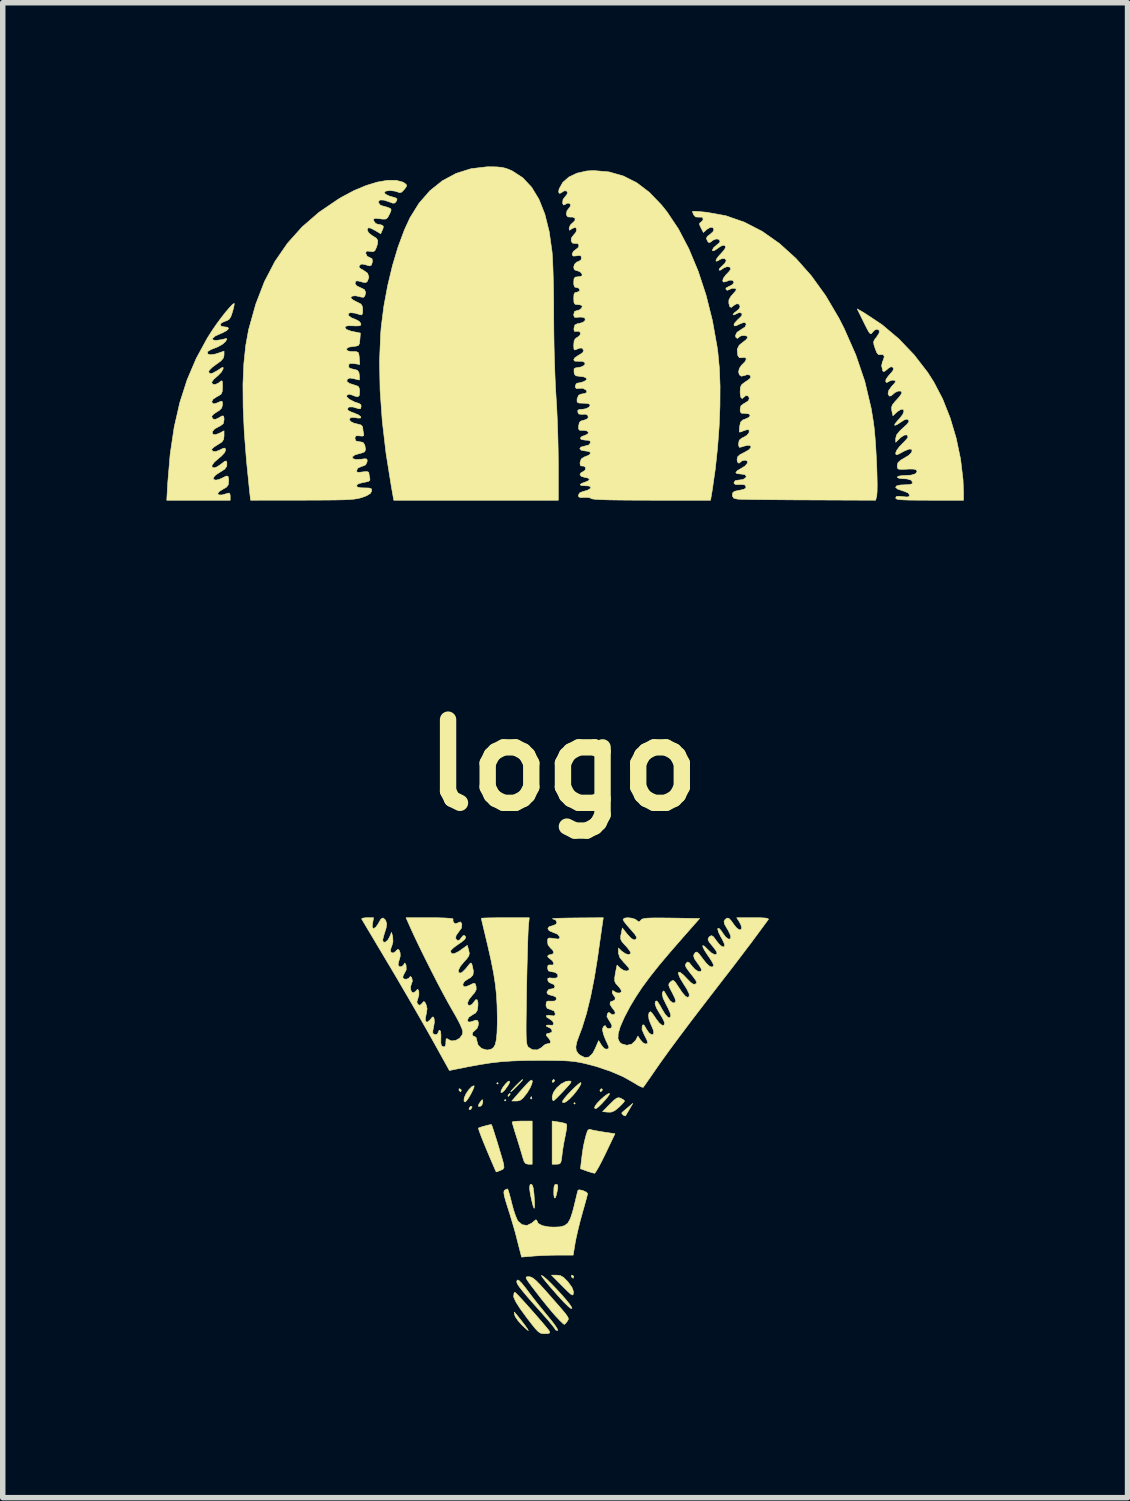
<source format=kicad_pcb>
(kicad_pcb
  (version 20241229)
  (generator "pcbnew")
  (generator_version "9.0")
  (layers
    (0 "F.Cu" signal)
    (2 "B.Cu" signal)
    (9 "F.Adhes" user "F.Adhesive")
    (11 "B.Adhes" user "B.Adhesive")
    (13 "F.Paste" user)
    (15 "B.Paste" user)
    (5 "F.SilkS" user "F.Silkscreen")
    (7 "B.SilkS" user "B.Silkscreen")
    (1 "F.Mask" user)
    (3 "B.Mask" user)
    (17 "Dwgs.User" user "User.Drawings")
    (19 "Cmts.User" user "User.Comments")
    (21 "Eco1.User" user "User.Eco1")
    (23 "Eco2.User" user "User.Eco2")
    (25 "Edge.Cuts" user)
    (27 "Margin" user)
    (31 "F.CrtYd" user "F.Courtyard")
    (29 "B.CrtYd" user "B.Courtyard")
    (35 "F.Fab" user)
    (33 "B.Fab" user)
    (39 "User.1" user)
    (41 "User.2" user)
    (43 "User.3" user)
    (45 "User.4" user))
  (footprint "logo"
    (layer "F.Cu")
    (at 7.263 10.968)
    (property "Reference" "logo" (at 0 0 0) (layer "F.SilkS") (effects (font (size 1.524 1.524) (thickness 0.3))))
    (attr through_hole)
    (fp_poly (pts (xy -1.185 5.828) (xy -1.199 5.842) (xy -1.214 5.828) (xy -1.199 5.814) (xy -1.185 5.828)) (stroke (width 0.01) (type solid)) (fill yes) (layer "F.SilkS"))
    (fp_poly (pts (xy -1.044 6.138) (xy -1.058 6.152) (xy -1.072 6.138) (xy -1.058 6.124) (xy -1.044 6.138)) (stroke (width 0.01) (type solid)) (fill yes) (layer "F.SilkS"))
    (fp_poly (pts (xy 0.226 6.195) (xy 0.212 6.209) (xy 0.198 6.195) (xy 0.212 6.181) (xy 0.226 6.195)) (stroke (width 0.01) (type solid)) (fill yes) (layer "F.SilkS"))
    (fp_poly (pts (xy -0.574 6.077) (xy -0.57 6.111) (xy -0.574 6.115) (xy -0.591 6.111) (xy -0.593 6.096) (xy -0.582 6.073) (xy -0.574 6.077)) (stroke (width 0.01) (type solid)) (fill yes) (layer "F.SilkS"))
    (fp_poly (pts (xy -1.864 5.947) (xy -1.863 5.955) (xy -1.872 5.982) (xy -1.875 5.983) (xy -1.899 5.963) (xy -1.905 5.955) (xy -1.903 5.929) (xy -1.893 5.927) (xy -1.864 5.947)) (stroke (width 0.01) (type solid)) (fill yes) (layer "F.SilkS"))
    (fp_poly (pts (xy -1.667 6.253) (xy -1.665 6.262) (xy -1.686 6.302) (xy -1.693 6.308) (xy -1.719 6.306) (xy -1.722 6.297) (xy -1.701 6.257) (xy -1.693 6.251) (xy -1.667 6.253)) (stroke (width 0.01) (type solid)) (fill yes) (layer "F.SilkS"))
    (fp_poly (pts (xy -0.968 6.03) (xy -0.974 6.04) (xy -1 6.067) (xy -1.005 6.068) (xy -1.007 6.05) (xy -1.002 6.04) (xy -0.975 6.013) (xy -0.97 6.011) (xy -0.968 6.03)) (stroke (width 0.01) (type solid)) (fill yes) (layer "F.SilkS"))
    (fp_poly (pts (xy -0.151 5.775) (xy -0.155 5.786) (xy -0.181 5.812) (xy -0.185 5.814) (xy -0.197 5.792) (xy -0.198 5.786) (xy -0.176 5.758) (xy -0.168 5.757) (xy -0.151 5.775)) (stroke (width 0.01) (type solid)) (fill yes) (layer "F.SilkS"))
    (fp_poly (pts (xy 0.196 9.362) (xy 0.198 9.37) (xy 0.188 9.397) (xy 0.185 9.398) (xy 0.161 9.378) (xy 0.155 9.37) (xy 0.157 9.344) (xy 0.168 9.342) (xy 0.196 9.362)) (stroke (width 0.01) (type solid)) (fill yes) (layer "F.SilkS"))
    (fp_poly (pts (xy 0.724 5.944) (xy 0.72 5.955) (xy 0.694 5.982) (xy 0.69 5.983) (xy 0.678 5.961) (xy 0.677 5.955) (xy 0.699 5.928) (xy 0.707 5.927) (xy 0.724 5.944)) (stroke (width 0.01) (type solid)) (fill yes) (layer "F.SilkS"))
    (fp_poly (pts (xy -1.47 6.137) (xy -1.468 6.171) (xy -1.485 6.226) (xy -1.51 6.247) (xy -1.546 6.25) (xy -1.552 6.242) (xy -1.537 6.204) (xy -1.511 6.165) (xy -1.48 6.127) (xy -1.47 6.137)) (stroke (width 0.01) (type solid)) (fill yes) (layer "F.SilkS"))
    (fp_poly (pts (xy -0.099 7.688) (xy -0.094 7.73) (xy -0.101 7.782) (xy -0.123 7.881) (xy -0.143 7.929) (xy -0.158 7.925) (xy -0.167 7.867) (xy -0.168 7.825) (xy -0.165 7.734) (xy -0.152 7.689) (xy -0.126 7.676) (xy -0.099 7.688)) (stroke (width 0.01) (type solid)) (fill yes) (layer "F.SilkS"))
    (fp_poly (pts (xy -0.974 5.805) (xy -1.002 5.86) (xy -1.065 5.949) (xy -1.068 5.952) (xy -1.109 5.991) (xy -1.136 5.994) (xy -1.137 5.993) (xy -1.131 5.957) (xy -1.099 5.9) (xy -1.053 5.84) (xy -1.009 5.797) (xy -0.985 5.786) (xy -0.974 5.805)) (stroke (width 0.01) (type solid)) (fill yes) (layer "F.SilkS"))
    (fp_poly (pts (xy -0.746 5.775) (xy -0.787 5.822) (xy -0.833 5.87) (xy -0.895 5.932) (xy -0.941 5.973) (xy -0.957 5.983) (xy -0.947 5.965) (xy -0.906 5.918) (xy -0.861 5.87) (xy -0.798 5.808) (xy -0.752 5.767) (xy -0.736 5.757) (xy -0.746 5.775)) (stroke (width 0.01) (type solid)) (fill yes) (layer "F.SilkS"))
    (fp_poly (pts (xy 1.214 6.308) (xy 1.174 6.376) (xy 1.149 6.419) (xy 1.144 6.426) (xy 1.122 6.419) (xy 1.1 6.406) (xy 1.076 6.374) (xy 1.087 6.358) (xy 1.126 6.325) (xy 1.185 6.275) (xy 1.197 6.265) (xy 1.28 6.195) (xy 1.214 6.308)) (stroke (width 0.01) (type solid)) (fill yes) (layer "F.SilkS"))
    (fp_poly (pts (xy -1.628 5.892) (xy -1.649 5.946) (xy -1.684 6.017) (xy -1.727 6.091) (xy -1.758 6.136) (xy -1.791 6.17) (xy -1.81 6.158) (xy -1.813 6.15) (xy -1.809 6.095) (xy -1.776 6.021) (xy -1.726 5.946) (xy -1.671 5.89) (xy -1.629 5.871) (xy -1.628 5.892)) (stroke (width 0.01) (type solid)) (fill yes) (layer "F.SilkS"))
    (fp_poly (pts (xy -0.562 7.692) (xy -0.545 7.744) (xy -0.532 7.84) (xy -0.528 7.895) (xy -0.52 8.025) (xy -0.52 8.099) (xy -0.528 8.118) (xy -0.544 8.082) (xy -0.56 8.025) (xy -0.597 7.862) (xy -0.612 7.75) (xy -0.604 7.689) (xy -0.585 7.676) (xy -0.562 7.692)) (stroke (width 0.01) (type solid)) (fill yes) (layer "F.SilkS"))
    (fp_poly (pts (xy 0.851 6.029) (xy 0.821 6.074) (xy 0.772 6.133) (xy 0.714 6.197) (xy 0.658 6.252) (xy 0.614 6.286) (xy 0.599 6.292) (xy 0.577 6.28) (xy 0.591 6.241) (xy 0.629 6.19) (xy 0.691 6.127) (xy 0.759 6.067) (xy 0.819 6.024) (xy 0.85 6.011) (xy 0.851 6.029)) (stroke (width 0.01) (type solid)) (fill yes) (layer "F.SilkS"))
    (fp_poly (pts (xy 1.062 6.103) (xy 1.112 6.132) (xy 1.129 6.151) (xy 1.11 6.179) (xy 1.061 6.231) (xy 1.023 6.267) (xy 0.948 6.329) (xy 0.885 6.355) (xy 0.822 6.356) (xy 0.726 6.346) (xy 0.861 6.209) (xy 0.935 6.137) (xy 0.984 6.1) (xy 1.023 6.091) (xy 1.062 6.103)) (stroke (width 0.01) (type solid)) (fill yes) (layer "F.SilkS"))
    (fp_poly (pts (xy -0.112 9.342) (xy -0.047 9.351) (xy 0.011 9.384) (xy 0.078 9.451) (xy 0.094 9.469) (xy 0.164 9.565) (xy 0.192 9.64) (xy 0.192 9.667) (xy 0.186 9.697) (xy 0.171 9.706) (xy 0.14 9.688) (xy 0.086 9.639) (xy 0.002 9.555) (xy -0.013 9.54) (xy -0.21 9.342) (xy -0.112 9.342)) (stroke (width 0.01) (type solid)) (fill yes) (layer "F.SilkS"))
    (fp_poly (pts (xy -0.872 10.039) (xy -0.827 10.094) (xy -0.766 10.171) (xy -0.752 10.188) (xy -0.692 10.268) (xy -0.65 10.328) (xy -0.634 10.357) (xy -0.635 10.358) (xy -0.661 10.339) (xy -0.713 10.292) (xy -0.758 10.249) (xy -0.822 10.176) (xy -0.869 10.109) (xy -0.882 10.08) (xy -0.892 10.032) (xy -0.891 10.019) (xy -0.872 10.039)) (stroke (width 0.01) (type solid)) (fill yes) (layer "F.SilkS"))
    (fp_poly (pts (xy -0.56 5.79) (xy -0.571 5.841) (xy -0.602 5.912) (xy -0.65 5.992) (xy -0.666 6.015) (xy -0.731 6.096) (xy -0.783 6.138) (xy -0.837 6.152) (xy -0.852 6.152) (xy -0.937 6.152) (xy -0.794 5.987) (xy -0.719 5.903) (xy -0.654 5.832) (xy -0.611 5.789) (xy -0.607 5.786) (xy -0.572 5.768) (xy -0.56 5.79)) (stroke (width 0.01) (type solid)) (fill yes) (layer "F.SilkS"))
    (fp_poly (pts (xy -0.564 7.31) (xy -0.634 7.31) (xy -0.681 7.3) (xy -0.711 7.262) (xy -0.735 7.19) (xy -0.759 7.108) (xy -0.793 6.993) (xy -0.833 6.864) (xy -0.849 6.813) (xy -0.885 6.7) (xy -0.912 6.608) (xy -0.929 6.551) (xy -0.931 6.538) (xy -0.906 6.528) (xy -0.838 6.522) (xy -0.748 6.519) (xy -0.564 6.519) (xy -0.564 7.31)) (stroke (width 0.01) (type solid)) (fill yes) (layer "F.SilkS"))
    (fp_poly (pts (xy -0.078 6.537) (xy 0.001 6.552) (xy 0.055 6.569) (xy 0.064 6.574) (xy 0.07 6.61) (xy 0.062 6.684) (xy 0.045 6.775) (xy 0.018 6.908) (xy -0.006 7.052) (xy -0.016 7.133) (xy -0.028 7.229) (xy -0.042 7.282) (xy -0.066 7.304) (xy -0.106 7.309) (xy -0.117 7.31) (xy -0.198 7.31) (xy -0.198 6.519) (xy -0.078 6.537)) (stroke (width 0.01) (type solid)) (fill yes) (layer "F.SilkS"))
    (fp_poly (pts (xy 0.135 5.787) (xy 0.15 5.797) (xy 0.138 5.824) (xy 0.095 5.875) (xy 0.018 5.959) (xy 0.012 5.966) (xy -0.066 6.047) (xy -0.129 6.11) (xy -0.169 6.145) (xy -0.176 6.149) (xy -0.192 6.127) (xy -0.198 6.074) (xy -0.174 5.995) (xy -0.114 5.911) (xy -0.033 5.839) (xy 0.053 5.794) (xy 0.098 5.786) (xy 0.135 5.787)) (stroke (width 0.01) (type solid)) (fill yes) (layer "F.SilkS"))
    (fp_poly (pts (xy 0.331 5.833) (xy 0.305 5.885) (xy 0.255 5.96) (xy 0.186 6.046) (xy 0.185 6.047) (xy 0.117 6.117) (xy 0.055 6.166) (xy 0.02 6.181) (xy -0.008 6.176) (xy -0.006 6.152) (xy 0.031 6.099) (xy 0.039 6.089) (xy 0.089 6.031) (xy 0.155 5.962) (xy 0.224 5.895) (xy 0.284 5.842) (xy 0.322 5.815) (xy 0.326 5.814) (xy 0.331 5.833)) (stroke (width 0.01) (type solid)) (fill yes) (layer "F.SilkS"))
    (fp_poly (pts (xy -0.352 9.371) (xy -0.285 9.429) (xy -0.203 9.51) (xy -0.112 9.605) (xy -0.021 9.704) (xy 0.06 9.797) (xy 0.123 9.876) (xy 0.159 9.932) (xy 0.165 9.95) (xy 0.146 9.953) (xy 0.097 9.915) (xy 0.016 9.836) (xy -0.097 9.713) (xy -0.138 9.666) (xy -0.235 9.555) (xy -0.314 9.461) (xy -0.369 9.391) (xy -0.394 9.352) (xy -0.392 9.346) (xy -0.352 9.371)) (stroke (width 0.01) (type solid)) (fill yes) (layer "F.SilkS"))
    (fp_poly (pts (xy 0.5 6.673) (xy 0.549 6.686) (xy 0.636 6.702) (xy 0.743 6.72) (xy 0.749 6.721) (xy 0.953 6.751) (xy 0.78 7.114) (xy 0.716 7.244) (xy 0.659 7.353) (xy 0.613 7.432) (xy 0.584 7.473) (xy 0.579 7.476) (xy 0.536 7.466) (xy 0.464 7.444) (xy 0.436 7.434) (xy 0.321 7.393) (xy 0.343 7.203) (xy 0.359 7.079) (xy 0.375 6.982) (xy 0.396 6.884) (xy 0.427 6.764) (xy 0.452 6.693) (xy 0.481 6.67) (xy 0.5 6.673)) (stroke (width 0.01) (type solid)) (fill yes) (layer "F.SilkS"))
    (fp_poly (pts (xy -0.858 9.675) (xy -0.804 9.73) (xy -0.729 9.811) (xy -0.641 9.909) (xy -0.546 10.016) (xy -0.453 10.123) (xy -0.368 10.221) (xy -0.3 10.302) (xy -0.256 10.358) (xy -0.246 10.374) (xy -0.242 10.4) (xy -0.278 10.412) (xy -0.332 10.414) (xy -0.378 10.412) (xy -0.416 10.402) (xy -0.455 10.375) (xy -0.502 10.326) (xy -0.566 10.247) (xy -0.655 10.132) (xy -0.672 10.109) (xy -0.787 9.951) (xy -0.862 9.833) (xy -0.899 9.753) (xy -0.903 9.728) (xy -0.896 9.673) (xy -0.882 9.654) (xy -0.858 9.675)) (stroke (width 0.01) (type solid)) (fill yes) (layer "F.SilkS"))
    (fp_poly (pts (xy -0.808 9.438) (xy -0.757 9.488) (xy -0.68 9.584) (xy -0.645 9.631) (xy -0.561 9.741) (xy -0.457 9.874) (xy -0.346 10.01) (xy -0.275 10.097) (xy -0.189 10.203) (xy -0.128 10.287) (xy -0.097 10.34) (xy -0.099 10.358) (xy -0.136 10.345) (xy -0.141 10.334) (xy -0.159 10.306) (xy -0.208 10.244) (xy -0.281 10.157) (xy -0.372 10.054) (xy -0.402 10.02) (xy -0.551 9.853) (xy -0.665 9.722) (xy -0.747 9.623) (xy -0.803 9.551) (xy -0.834 9.502) (xy -0.846 9.47) (xy -0.847 9.465) (xy -0.838 9.431) (xy -0.808 9.438)) (stroke (width 0.01) (type solid)) (fill yes) (layer "F.SilkS"))
    (fp_poly (pts (xy -1.298 6.613) (xy -1.274 6.685) (xy -1.242 6.786) (xy -1.205 6.903) (xy -1.168 7.026) (xy -1.134 7.14) (xy -1.106 7.234) (xy -1.09 7.295) (xy -1.088 7.302) (xy -1.08 7.368) (xy -1.1 7.402) (xy -1.143 7.422) (xy -1.198 7.443) (xy -1.223 7.451) (xy -1.235 7.426) (xy -1.265 7.358) (xy -1.309 7.256) (xy -1.363 7.129) (xy -1.394 7.055) (xy -1.451 6.917) (xy -1.498 6.799) (xy -1.531 6.709) (xy -1.548 6.657) (xy -1.549 6.648) (xy -1.518 6.635) (xy -1.456 6.616) (xy -1.386 6.597) (xy -1.33 6.585) (xy -1.31 6.584) (xy -1.298 6.613)) (stroke (width 0.01) (type solid)) (fill yes) (layer "F.SilkS"))
    (fp_poly (pts (xy -0.588 9.376) (xy -0.544 9.4) (xy -0.487 9.448) (xy -0.411 9.526) (xy -0.308 9.64) (xy -0.291 9.659) (xy -0.158 9.811) (xy -0.057 9.926) (xy 0.015 10.01) (xy 0.062 10.069) (xy 0.088 10.109) (xy 0.099 10.137) (xy 0.096 10.157) (xy 0.086 10.176) (xy 0.079 10.187) (xy 0.044 10.231) (xy 0.024 10.245) (xy -0.003 10.225) (xy -0.056 10.174) (xy -0.124 10.102) (xy -0.131 10.095) (xy -0.204 10.011) (xy -0.298 9.898) (xy -0.4 9.771) (xy -0.488 9.657) (xy -0.578 9.54) (xy -0.637 9.459) (xy -0.669 9.409) (xy -0.676 9.383) (xy -0.663 9.372) (xy -0.633 9.37) (xy -0.628 9.37) (xy -0.588 9.376)) (stroke (width 0.01) (type solid)) (fill yes) (layer "F.SilkS"))
    (fp_poly (pts (xy -1.22 -10.961) (xy -1.122 -10.952) (xy -1.043 -10.934) (xy -0.963 -10.902) (xy -0.926 -10.885) (xy -0.736 -10.761) (xy -0.574 -10.588) (xy -0.439 -10.366) (xy -0.332 -10.095) (xy -0.252 -9.775) (xy -0.2 -9.406) (xy -0.198 -9.384) (xy -0.191 -9.275) (xy -0.184 -9.12) (xy -0.178 -8.929) (xy -0.173 -8.713) (xy -0.17 -8.483) (xy -0.169 -8.247) (xy -0.169 -8.199) (xy -0.167 -7.946) (xy -0.163 -7.679) (xy -0.156 -7.413) (xy -0.147 -7.161) (xy -0.138 -6.938) (xy -0.127 -6.759) (xy -0.114 -6.552) (xy -0.103 -6.307) (xy -0.094 -6.046) (xy -0.088 -5.786) (xy -0.085 -5.548) (xy -0.085 -5.524) (xy -0.085 -4.854) (xy -3.099 -4.854) (xy -3.143 -5.101) (xy -3.241 -5.713) (xy -3.31 -6.305) (xy -3.35 -6.869) (xy -3.36 -7.401) (xy -3.34 -7.893) (xy -3.329 -8.031) (xy -3.281 -8.408) (xy -3.211 -8.785) (xy -3.123 -9.152) (xy -3.02 -9.496) (xy -2.905 -9.805) (xy -2.803 -10.027) (xy -2.636 -10.296) (xy -2.437 -10.524) (xy -2.209 -10.707) (xy -1.956 -10.842) (xy -1.683 -10.928) (xy -1.393 -10.962) (xy -1.355 -10.963) (xy -1.22 -10.961)) (stroke (width 0.01) (type solid)) (fill yes) (layer "F.SilkS"))
    (fp_poly (pts (xy -1.003 7.787) (xy -0.982 7.855) (xy -0.955 7.955) (xy -0.939 8.021) (xy -0.906 8.144) (xy -0.87 8.253) (xy -0.836 8.332) (xy -0.824 8.353) (xy -0.747 8.418) (xy -0.659 8.431) (xy -0.571 8.389) (xy -0.551 8.371) (xy -0.5 8.329) (xy -0.48 8.335) (xy -0.48 8.34) (xy -0.453 8.395) (xy -0.378 8.435) (xy -0.259 8.458) (xy -0.165 8.462) (xy -0.052 8.457) (xy 0.03 8.435) (xy 0.09 8.388) (xy 0.136 8.307) (xy 0.176 8.184) (xy 0.202 8.084) (xy 0.23 7.969) (xy 0.253 7.873) (xy 0.268 7.811) (xy 0.271 7.797) (xy 0.292 7.778) (xy 0.346 7.787) (xy 0.366 7.793) (xy 0.425 7.82) (xy 0.451 7.845) (xy 0.452 7.846) (xy 0.444 7.881) (xy 0.424 7.958) (xy 0.394 8.068) (xy 0.357 8.197) (xy 0.356 8.203) (xy 0.313 8.359) (xy 0.273 8.521) (xy 0.24 8.667) (xy 0.223 8.756) (xy 0.187 8.975) (xy -0.072 8.975) (xy -0.222 8.977) (xy -0.383 8.983) (xy -0.524 8.991) (xy -0.544 8.993) (xy -0.758 9.011) (xy -0.786 8.901) (xy -0.809 8.814) (xy -0.838 8.7) (xy -0.861 8.608) (xy -0.89 8.502) (xy -0.931 8.363) (xy -0.976 8.213) (xy -1.007 8.117) (xy -1.05 7.979) (xy -1.075 7.886) (xy -1.083 7.827) (xy -1.077 7.796) (xy -1.068 7.786) (xy -1.026 7.764) (xy -1.016 7.762) (xy -1.003 7.787)) (stroke (width 0.01) (type solid)) (fill yes) (layer "F.SilkS"))
    (fp_poly (pts (xy 5.525 -8.282) (xy 5.845 -8.07) (xy 6.151 -7.812) (xy 6.432 -7.518) (xy 6.68 -7.198) (xy 6.793 -7.021) (xy 6.955 -6.711) (xy 7.093 -6.363) (xy 7.204 -5.99) (xy 7.284 -5.608) (xy 7.329 -5.232) (xy 7.338 -4.994) (xy 7.338 -4.854) (xy 6.717 -4.854) (xy 6.511 -4.855) (xy 6.356 -4.856) (xy 6.243 -4.86) (xy 6.168 -4.865) (xy 6.122 -4.873) (xy 6.101 -4.884) (xy 6.096 -4.896) (xy 6.107 -4.921) (xy 6.15 -4.928) (xy 6.223 -4.92) (xy 6.302 -4.913) (xy 6.34 -4.921) (xy 6.35 -4.948) (xy 6.35 -4.949) (xy 6.323 -4.988) (xy 6.24 -5.022) (xy 6.223 -5.027) (xy 6.131 -5.058) (xy 6.094 -5.09) (xy 6.111 -5.116) (xy 6.18 -5.133) (xy 6.251 -5.136) (xy 6.347 -5.141) (xy 6.396 -5.155) (xy 6.406 -5.176) (xy 6.381 -5.221) (xy 6.303 -5.245) (xy 6.221 -5.249) (xy 6.156 -5.257) (xy 6.125 -5.274) (xy 6.124 -5.278) (xy 6.149 -5.295) (xy 6.213 -5.305) (xy 6.244 -5.306) (xy 6.378 -5.314) (xy 6.458 -5.338) (xy 6.486 -5.377) (xy 6.485 -5.387) (xy 6.47 -5.412) (xy 6.43 -5.424) (xy 6.352 -5.426) (xy 6.3 -5.423) (xy 6.204 -5.419) (xy 6.152 -5.423) (xy 6.129 -5.44) (xy 6.124 -5.474) (xy 6.124 -5.486) (xy 6.138 -5.543) (xy 6.189 -5.589) (xy 6.232 -5.614) (xy 6.332 -5.674) (xy 6.388 -5.73) (xy 6.396 -5.776) (xy 6.388 -5.788) (xy 6.344 -5.792) (xy 6.261 -5.759) (xy 6.228 -5.742) (xy 6.152 -5.701) (xy 6.112 -5.687) (xy 6.098 -5.698) (xy 6.096 -5.721) (xy 6.115 -5.769) (xy 6.165 -5.836) (xy 6.209 -5.881) (xy 6.271 -5.944) (xy 6.312 -5.993) (xy 6.322 -6.012) (xy 6.304 -6.05) (xy 6.258 -6.049) (xy 6.195 -6.01) (xy 6.178 -5.995) (xy 6.096 -5.916) (xy 6.096 -5.99) (xy 6.113 -6.052) (xy 6.17 -6.123) (xy 6.23 -6.178) (xy 6.303 -6.245) (xy 6.336 -6.289) (xy 6.335 -6.319) (xy 6.329 -6.326) (xy 6.296 -6.34) (xy 6.247 -6.323) (xy 6.19 -6.285) (xy 6.113 -6.236) (xy 6.077 -6.226) (xy 6.082 -6.251) (xy 6.13 -6.311) (xy 6.165 -6.348) (xy 6.225 -6.425) (xy 6.247 -6.485) (xy 6.236 -6.519) (xy 6.194 -6.52) (xy 6.127 -6.478) (xy 6.108 -6.461) (xy 6.045 -6.402) (xy 6.025 -6.492) (xy 6.019 -6.552) (xy 6.036 -6.602) (xy 6.086 -6.664) (xy 6.107 -6.686) (xy 6.165 -6.751) (xy 6.202 -6.805) (xy 6.209 -6.824) (xy 6.189 -6.854) (xy 6.141 -6.854) (xy 6.084 -6.828) (xy 6.054 -6.802) (xy 6.009 -6.766) (xy 5.979 -6.762) (xy 5.955 -6.805) (xy 5.97 -6.869) (xy 6.02 -6.937) (xy 6.025 -6.943) (xy 6.073 -6.994) (xy 6.096 -7.03) (xy 6.096 -7.032) (xy 6.074 -7.052) (xy 6.026 -7.053) (xy 5.976 -7.035) (xy 5.964 -7.025) (xy 5.929 -7.01) (xy 5.913 -7.027) (xy 5.918 -7.067) (xy 5.96 -7.128) (xy 5.986 -7.157) (xy 6.041 -7.221) (xy 6.057 -7.263) (xy 6.046 -7.287) (xy 6.012 -7.301) (xy 5.965 -7.275) (xy 5.942 -7.254) (xy 5.891 -7.214) (xy 5.865 -7.215) (xy 5.858 -7.228) (xy 5.838 -7.318) (xy 5.853 -7.391) (xy 5.866 -7.416) (xy 5.887 -7.482) (xy 5.868 -7.521) (xy 5.815 -7.522) (xy 5.814 -7.521) (xy 5.779 -7.522) (xy 5.749 -7.559) (xy 5.72 -7.633) (xy 5.695 -7.712) (xy 5.692 -7.762) (xy 5.715 -7.806) (xy 5.747 -7.845) (xy 5.793 -7.917) (xy 5.795 -7.966) (xy 5.753 -7.987) (xy 5.745 -7.987) (xy 5.702 -7.966) (xy 5.669 -7.929) (xy 5.65 -7.906) (xy 5.63 -7.905) (xy 5.605 -7.934) (xy 5.569 -7.999) (xy 5.514 -8.108) (xy 5.511 -8.115) (xy 5.391 -8.359) (xy 5.525 -8.282)) (stroke (width 0.01) (type solid)) (fill yes) (layer "F.SilkS"))
    (fp_poly (pts (xy -6.022 -8.459) (xy -6.024 -8.428) (xy -6.039 -8.361) (xy -6.055 -8.303) (xy -6.085 -8.215) (xy -6.118 -8.166) (xy -6.166 -8.14) (xy -6.189 -8.134) (xy -6.255 -8.104) (xy -6.279 -8.069) (xy -6.258 -8.04) (xy -6.202 -8.03) (xy -6.14 -8.022) (xy -6.127 -7.997) (xy -6.161 -7.962) (xy -6.237 -7.921) (xy -6.272 -7.907) (xy -6.372 -7.861) (xy -6.419 -7.82) (xy -6.414 -7.792) (xy -6.362 -7.781) (xy -6.263 -7.794) (xy -6.223 -7.804) (xy -6.167 -7.817) (xy -6.156 -7.807) (xy -6.182 -7.762) (xy -6.184 -7.76) (xy -6.237 -7.712) (xy -6.321 -7.665) (xy -6.365 -7.648) (xy -6.445 -7.616) (xy -6.5 -7.584) (xy -6.513 -7.569) (xy -6.505 -7.532) (xy -6.454 -7.519) (xy -6.37 -7.531) (xy -6.326 -7.545) (xy -6.209 -7.585) (xy -6.209 -7.511) (xy -6.222 -7.458) (xy -6.265 -7.407) (xy -6.35 -7.345) (xy -6.351 -7.345) (xy -6.426 -7.289) (xy -6.477 -7.238) (xy -6.491 -7.211) (xy -6.474 -7.174) (xy -6.421 -7.18) (xy -6.332 -7.228) (xy -6.317 -7.238) (xy -6.255 -7.279) (xy -6.227 -7.289) (xy -6.225 -7.269) (xy -6.23 -7.251) (xy -6.261 -7.198) (xy -6.32 -7.137) (xy -6.34 -7.121) (xy -6.399 -7.068) (xy -6.432 -7.021) (xy -6.435 -7.01) (xy -6.414 -6.977) (xy -6.365 -6.975) (xy -6.305 -7.004) (xy -6.289 -7.018) (xy -6.258 -7.042) (xy -6.242 -7.035) (xy -6.238 -6.986) (xy -6.237 -6.932) (xy -6.241 -6.85) (xy -6.259 -6.802) (xy -6.305 -6.769) (xy -6.336 -6.754) (xy -6.408 -6.707) (xy -6.435 -6.66) (xy -6.413 -6.622) (xy -6.411 -6.621) (xy -6.372 -6.623) (xy -6.313 -6.646) (xy -6.26 -6.67) (xy -6.24 -6.658) (xy -6.237 -6.607) (xy -6.251 -6.544) (xy -6.3 -6.496) (xy -6.336 -6.475) (xy -6.399 -6.433) (xy -6.433 -6.395) (xy -6.435 -6.388) (xy -6.415 -6.342) (xy -6.364 -6.336) (xy -6.307 -6.362) (xy -6.246 -6.398) (xy -6.217 -6.396) (xy -6.209 -6.352) (xy -6.209 -6.325) (xy -6.222 -6.259) (xy -6.273 -6.218) (xy -6.293 -6.209) (xy -6.379 -6.162) (xy -6.423 -6.113) (xy -6.419 -6.069) (xy -6.414 -6.064) (xy -6.37 -6.053) (xy -6.297 -6.08) (xy -6.209 -6.126) (xy -6.209 -6.031) (xy -6.217 -5.967) (xy -6.249 -5.921) (xy -6.319 -5.875) (xy -6.322 -5.874) (xy -6.389 -5.831) (xy -6.43 -5.796) (xy -6.435 -5.785) (xy -6.414 -5.748) (xy -6.358 -5.746) (xy -6.296 -5.77) (xy -6.226 -5.804) (xy -6.192 -5.809) (xy -6.182 -5.785) (xy -6.182 -5.764) (xy -6.203 -5.721) (xy -6.258 -5.662) (xy -6.309 -5.62) (xy -6.389 -5.55) (xy -6.429 -5.494) (xy -6.428 -5.458) (xy -6.389 -5.447) (xy -6.34 -5.464) (xy -6.274 -5.507) (xy -6.255 -5.522) (xy -6.198 -5.566) (xy -6.17 -5.574) (xy -6.158 -5.55) (xy -6.157 -5.548) (xy -6.158 -5.479) (xy -6.197 -5.423) (xy -6.283 -5.368) (xy -6.292 -5.363) (xy -6.363 -5.316) (xy -6.401 -5.271) (xy -6.402 -5.236) (xy -6.36 -5.222) (xy -6.357 -5.222) (xy -6.296 -5.236) (xy -6.237 -5.263) (xy -6.169 -5.297) (xy -6.136 -5.293) (xy -6.125 -5.244) (xy -6.124 -5.207) (xy -6.132 -5.136) (xy -6.166 -5.092) (xy -6.223 -5.06) (xy -6.299 -5.013) (xy -6.325 -4.975) (xy -6.306 -4.952) (xy -6.249 -4.95) (xy -6.16 -4.975) (xy -6.145 -4.981) (xy -6.109 -4.985) (xy -6.097 -4.949) (xy -6.096 -4.928) (xy -6.096 -4.854) (xy -7.258 -4.854) (xy -7.24 -5.172) (xy -7.195 -5.704) (xy -7.122 -6.193) (xy -7.019 -6.643) (xy -6.885 -7.061) (xy -6.718 -7.452) (xy -6.516 -7.823) (xy -6.42 -7.973) (xy -6.343 -8.085) (xy -6.261 -8.196) (xy -6.181 -8.298) (xy -6.11 -8.381) (xy -6.056 -8.438) (xy -6.025 -8.46) (xy -6.022 -8.459)) (stroke (width 0.01) (type solid)) (fill yes) (layer "F.SilkS"))
    (fp_poly (pts (xy 0.843 -10.869) (xy 1.104 -10.795) (xy 1.349 -10.672) (xy 1.581 -10.496) (xy 1.802 -10.267) (xy 1.904 -10.14) (xy 2.116 -9.823) (xy 2.307 -9.458) (xy 2.476 -9.053) (xy 2.621 -8.613) (xy 2.738 -8.146) (xy 2.825 -7.658) (xy 2.838 -7.562) (xy 2.865 -7.275) (xy 2.878 -6.945) (xy 2.876 -6.584) (xy 2.861 -6.203) (xy 2.832 -5.814) (xy 2.791 -5.429) (xy 2.738 -5.058) (xy 2.736 -5.045) (xy 2.704 -4.854) (xy 1.622 -4.854) (xy 1.311 -4.855) (xy 1.054 -4.857) (xy 0.85 -4.86) (xy 0.697 -4.865) (xy 0.592 -4.871) (xy 0.534 -4.879) (xy 0.52 -4.885) (xy 0.483 -4.902) (xy 0.412 -4.907) (xy 0.392 -4.906) (xy 0.319 -4.903) (xy 0.288 -4.918) (xy 0.282 -4.945) (xy 0.308 -4.99) (xy 0.36 -5.011) (xy 0.452 -5.038) (xy 0.503 -5.069) (xy 0.51 -5.098) (xy 0.471 -5.116) (xy 0.408 -5.119) (xy 0.334 -5.124) (xy 0.314 -5.141) (xy 0.35 -5.165) (xy 0.397 -5.182) (xy 0.468 -5.212) (xy 0.485 -5.241) (xy 0.449 -5.264) (xy 0.402 -5.272) (xy 0.335 -5.292) (xy 0.311 -5.326) (xy 0.334 -5.361) (xy 0.368 -5.377) (xy 0.409 -5.408) (xy 0.415 -5.45) (xy 0.388 -5.479) (xy 0.357 -5.48) (xy 0.321 -5.486) (xy 0.313 -5.527) (xy 0.315 -5.55) (xy 0.336 -5.611) (xy 0.392 -5.647) (xy 0.416 -5.655) (xy 0.487 -5.687) (xy 0.507 -5.722) (xy 0.476 -5.748) (xy 0.409 -5.757) (xy 0.335 -5.77) (xy 0.308 -5.798) (xy 0.33 -5.828) (xy 0.402 -5.847) (xy 0.402 -5.847) (xy 0.478 -5.869) (xy 0.503 -5.905) (xy 0.498 -5.939) (xy 0.458 -5.953) (xy 0.409 -5.955) (xy 0.338 -5.966) (xy 0.317 -5.993) (xy 0.348 -6.023) (xy 0.397 -6.04) (xy 0.456 -6.068) (xy 0.466 -6.102) (xy 0.43 -6.128) (xy 0.372 -6.134) (xy 0.309 -6.135) (xy 0.286 -6.158) (xy 0.288 -6.219) (xy 0.303 -6.284) (xy 0.343 -6.311) (xy 0.372 -6.316) (xy 0.433 -6.337) (xy 0.463 -6.367) (xy 0.457 -6.409) (xy 0.411 -6.431) (xy 0.341 -6.427) (xy 0.291 -6.434) (xy 0.273 -6.466) (xy 0.273 -6.503) (xy 0.308 -6.518) (xy 0.352 -6.519) (xy 0.423 -6.531) (xy 0.477 -6.559) (xy 0.498 -6.594) (xy 0.489 -6.614) (xy 0.451 -6.626) (xy 0.38 -6.632) (xy 0.36 -6.632) (xy 0.29 -6.635) (xy 0.26 -6.653) (xy 0.258 -6.696) (xy 0.259 -6.71) (xy 0.286 -6.776) (xy 0.325 -6.796) (xy 0.406 -6.812) (xy 0.439 -6.831) (xy 0.432 -6.86) (xy 0.421 -6.875) (xy 0.36 -6.907) (xy 0.305 -6.903) (xy 0.248 -6.899) (xy 0.227 -6.923) (xy 0.226 -6.943) (xy 0.243 -6.989) (xy 0.266 -6.999) (xy 0.322 -7.009) (xy 0.384 -7.028) (xy 0.432 -7.059) (xy 0.43 -7.09) (xy 0.383 -7.114) (xy 0.304 -7.124) (xy 0.239 -7.133) (xy 0.21 -7.165) (xy 0.203 -7.204) (xy 0.204 -7.261) (xy 0.235 -7.28) (xy 0.254 -7.281) (xy 0.329 -7.295) (xy 0.371 -7.312) (xy 0.407 -7.347) (xy 0.396 -7.38) (xy 0.349 -7.4) (xy 0.283 -7.4) (xy 0.217 -7.402) (xy 0.197 -7.427) (xy 0.221 -7.467) (xy 0.288 -7.511) (xy 0.296 -7.515) (xy 0.364 -7.559) (xy 0.379 -7.6) (xy 0.377 -7.605) (xy 0.348 -7.643) (xy 0.296 -7.639) (xy 0.252 -7.619) (xy 0.217 -7.606) (xy 0.201 -7.625) (xy 0.198 -7.687) (xy 0.198 -7.699) (xy 0.205 -7.777) (xy 0.234 -7.821) (xy 0.268 -7.84) (xy 0.314 -7.879) (xy 0.321 -7.922) (xy 0.294 -7.95) (xy 0.248 -7.949) (xy 0.21 -7.948) (xy 0.201 -7.984) (xy 0.203 -8.01) (xy 0.22 -8.065) (xy 0.267 -8.089) (xy 0.301 -8.094) (xy 0.367 -8.113) (xy 0.406 -8.147) (xy 0.407 -8.183) (xy 0.38 -8.203) (xy 0.32 -8.21) (xy 0.268 -8.206) (xy 0.215 -8.204) (xy 0.198 -8.238) (xy 0.198 -8.259) (xy 0.213 -8.313) (xy 0.251 -8.326) (xy 0.303 -8.341) (xy 0.343 -8.375) (xy 0.354 -8.411) (xy 0.348 -8.42) (xy 0.308 -8.435) (xy 0.263 -8.438) (xy 0.221 -8.445) (xy 0.202 -8.477) (xy 0.198 -8.548) (xy 0.198 -8.551) (xy 0.202 -8.625) (xy 0.221 -8.658) (xy 0.254 -8.664) (xy 0.3 -8.682) (xy 0.31 -8.707) (xy 0.287 -8.741) (xy 0.254 -8.749) (xy 0.215 -8.76) (xy 0.199 -8.803) (xy 0.198 -8.848) (xy 0.203 -8.915) (xy 0.227 -8.942) (xy 0.263 -8.946) (xy 0.323 -8.954) (xy 0.348 -8.965) (xy 0.351 -8.998) (xy 0.318 -9.035) (xy 0.266 -9.058) (xy 0.249 -9.059) (xy 0.208 -9.079) (xy 0.197 -9.125) (xy 0.212 -9.177) (xy 0.251 -9.216) (xy 0.275 -9.224) (xy 0.328 -9.252) (xy 0.339 -9.291) (xy 0.33 -9.33) (xy 0.294 -9.338) (xy 0.254 -9.332) (xy 0.194 -9.326) (xy 0.171 -9.346) (xy 0.169 -9.366) (xy 0.193 -9.415) (xy 0.239 -9.449) (xy 0.285 -9.487) (xy 0.293 -9.53) (xy 0.267 -9.559) (xy 0.223 -9.558) (xy 0.173 -9.565) (xy 0.15 -9.605) (xy 0.156 -9.66) (xy 0.194 -9.711) (xy 0.238 -9.763) (xy 0.253 -9.814) (xy 0.236 -9.846) (xy 0.217 -9.85) (xy 0.166 -9.831) (xy 0.147 -9.816) (xy 0.12 -9.8) (xy 0.113 -9.835) (xy 0.113 -9.837) (xy 0.135 -9.895) (xy 0.169 -9.928) (xy 0.219 -9.976) (xy 0.223 -10.018) (xy 0.182 -10.041) (xy 0.148 -10.041) (xy 0.088 -10.045) (xy 0.064 -10.081) (xy 0.062 -10.092) (xy 0.074 -10.156) (xy 0.097 -10.187) (xy 0.134 -10.235) (xy 0.141 -10.262) (xy 0.121 -10.296) (xy 0.077 -10.296) (xy 0.038 -10.271) (xy 0.009 -10.262) (xy -0.007 -10.298) (xy 0.002 -10.365) (xy 0.031 -10.403) (xy 0.072 -10.454) (xy 0.085 -10.489) (xy 0.065 -10.522) (xy 0.02 -10.521) (xy -0.022 -10.493) (xy -0.061 -10.473) (xy -0.079 -10.498) (xy -0.071 -10.555) (xy -0.004 -10.676) (xy 0.109 -10.775) (xy 0.258 -10.846) (xy 0.437 -10.886) (xy 0.563 -10.893) (xy 0.843 -10.869)) (stroke (width 0.01) (type solid)) (fill yes) (layer "F.SilkS"))
    (fp_poly (pts (xy 2.479 -10.143) (xy 2.582 -10.134) (xy 2.633 -10.129) (xy 2.984 -10.066) (xy 3.325 -9.947) (xy 3.654 -9.777) (xy 3.969 -9.555) (xy 4.269 -9.283) (xy 4.551 -8.964) (xy 4.814 -8.599) (xy 5.056 -8.188) (xy 5.151 -8.001) (xy 5.365 -7.516) (xy 5.529 -7.033) (xy 5.646 -6.539) (xy 5.687 -6.29) (xy 5.703 -6.164) (xy 5.717 -6.007) (xy 5.73 -5.831) (xy 5.74 -5.645) (xy 5.749 -5.459) (xy 5.754 -5.286) (xy 5.757 -5.135) (xy 5.755 -5.016) (xy 5.749 -4.94) (xy 5.747 -4.929) (xy 5.728 -4.854) (xy 4.508 -4.859) (xy 4.247 -4.86) (xy 4.002 -4.862) (xy 3.777 -4.864) (xy 3.58 -4.866) (xy 3.417 -4.868) (xy 3.294 -4.871) (xy 3.217 -4.873) (xy 3.196 -4.875) (xy 3.131 -4.891) (xy 3.106 -4.926) (xy 3.104 -4.952) (xy 3.112 -4.994) (xy 3.146 -5.018) (xy 3.22 -5.034) (xy 3.233 -5.036) (xy 3.314 -5.054) (xy 3.35 -5.077) (xy 3.352 -5.103) (xy 3.331 -5.135) (xy 3.277 -5.144) (xy 3.238 -5.141) (xy 3.166 -5.141) (xy 3.136 -5.159) (xy 3.133 -5.177) (xy 3.157 -5.213) (xy 3.201 -5.221) (xy 3.296 -5.233) (xy 3.35 -5.267) (xy 3.358 -5.295) (xy 3.332 -5.325) (xy 3.26 -5.334) (xy 3.186 -5.342) (xy 3.166 -5.364) (xy 3.2 -5.4) (xy 3.267 -5.438) (xy 3.338 -5.483) (xy 3.378 -5.531) (xy 3.381 -5.569) (xy 3.344 -5.588) (xy 3.334 -5.588) (xy 3.279 -5.575) (xy 3.26 -5.56) (xy 3.225 -5.532) (xy 3.198 -5.553) (xy 3.189 -5.601) (xy 3.201 -5.65) (xy 3.244 -5.69) (xy 3.316 -5.726) (xy 3.407 -5.778) (xy 3.446 -5.824) (xy 3.436 -5.854) (xy 3.383 -5.861) (xy 3.288 -5.837) (xy 3.267 -5.828) (xy 3.231 -5.824) (xy 3.218 -5.858) (xy 3.217 -5.889) (xy 3.23 -5.954) (xy 3.278 -5.993) (xy 3.302 -6.003) (xy 3.369 -6.042) (xy 3.409 -6.091) (xy 3.411 -6.136) (xy 3.404 -6.144) (xy 3.369 -6.146) (xy 3.313 -6.128) (xy 3.258 -6.106) (xy 3.232 -6.102) (xy 3.231 -6.132) (xy 3.236 -6.197) (xy 3.238 -6.213) (xy 3.255 -6.286) (xy 3.294 -6.324) (xy 3.34 -6.341) (xy 3.409 -6.373) (xy 3.43 -6.409) (xy 3.403 -6.437) (xy 3.337 -6.445) (xy 3.274 -6.447) (xy 3.249 -6.472) (xy 3.246 -6.519) (xy 3.26 -6.583) (xy 3.313 -6.624) (xy 3.33 -6.632) (xy 3.395 -6.675) (xy 3.415 -6.72) (xy 3.395 -6.763) (xy 3.352 -6.772) (xy 3.316 -6.745) (xy 3.284 -6.716) (xy 3.259 -6.738) (xy 3.247 -6.806) (xy 3.246 -6.841) (xy 3.251 -6.923) (xy 3.275 -6.973) (xy 3.331 -7.015) (xy 3.344 -7.024) (xy 3.406 -7.066) (xy 3.441 -7.102) (xy 3.443 -7.109) (xy 3.422 -7.149) (xy 3.369 -7.154) (xy 3.327 -7.139) (xy 3.268 -7.126) (xy 3.231 -7.153) (xy 3.218 -7.205) (xy 3.231 -7.269) (xy 3.274 -7.331) (xy 3.288 -7.343) (xy 3.343 -7.4) (xy 3.359 -7.446) (xy 3.336 -7.47) (xy 3.289 -7.467) (xy 3.233 -7.464) (xy 3.206 -7.501) (xy 3.201 -7.519) (xy 3.192 -7.619) (xy 3.229 -7.694) (xy 3.294 -7.747) (xy 3.353 -7.792) (xy 3.384 -7.832) (xy 3.386 -7.839) (xy 3.364 -7.864) (xy 3.313 -7.873) (xy 3.259 -7.865) (xy 3.231 -7.846) (xy 3.196 -7.818) (xy 3.167 -7.839) (xy 3.161 -7.874) (xy 3.189 -7.931) (xy 3.26 -7.978) (xy 3.336 -8.028) (xy 3.358 -8.076) (xy 3.341 -8.108) (xy 3.306 -8.109) (xy 3.247 -8.086) (xy 3.243 -8.085) (xy 3.175 -8.052) (xy 3.142 -8.047) (xy 3.133 -8.068) (xy 3.133 -8.073) (xy 3.153 -8.109) (xy 3.202 -8.161) (xy 3.219 -8.176) (xy 3.274 -8.231) (xy 3.282 -8.269) (xy 3.275 -8.279) (xy 3.232 -8.294) (xy 3.186 -8.274) (xy 3.131 -8.248) (xy 3.115 -8.256) (xy 3.141 -8.289) (xy 3.173 -8.312) (xy 3.224 -8.357) (xy 3.246 -8.398) (xy 3.227 -8.446) (xy 3.181 -8.453) (xy 3.136 -8.427) (xy 3.085 -8.388) (xy 3.058 -8.397) (xy 3.04 -8.457) (xy 3.039 -8.46) (xy 3.04 -8.523) (xy 3.074 -8.586) (xy 3.111 -8.628) (xy 3.162 -8.685) (xy 3.176 -8.717) (xy 3.156 -8.735) (xy 3.151 -8.737) (xy 3.092 -8.736) (xy 3.061 -8.719) (xy 3.012 -8.7) (xy 2.988 -8.713) (xy 2.986 -8.741) (xy 3.037 -8.769) (xy 3.046 -8.772) (xy 3.106 -8.805) (xy 3.133 -8.844) (xy 3.133 -8.846) (xy 3.111 -8.883) (xy 3.056 -8.886) (xy 2.993 -8.862) (xy 2.944 -8.85) (xy 2.926 -8.872) (xy 2.938 -8.919) (xy 2.982 -8.979) (xy 2.994 -8.991) (xy 3.046 -9.046) (xy 3.074 -9.087) (xy 3.076 -9.094) (xy 3.055 -9.127) (xy 3.005 -9.133) (xy 2.948 -9.111) (xy 2.934 -9.101) (xy 2.887 -9.069) (xy 2.86 -9.069) (xy 2.867 -9.096) (xy 2.909 -9.139) (xy 2.917 -9.146) (xy 2.968 -9.197) (xy 2.991 -9.242) (xy 2.992 -9.245) (xy 2.97 -9.277) (xy 2.921 -9.283) (xy 2.868 -9.261) (xy 2.857 -9.252) (xy 2.818 -9.233) (xy 2.803 -9.238) (xy 2.81 -9.267) (xy 2.849 -9.322) (xy 2.893 -9.37) (xy 2.956 -9.441) (xy 2.98 -9.487) (xy 2.97 -9.515) (xy 2.937 -9.527) (xy 2.884 -9.504) (xy 2.838 -9.471) (xy 2.772 -9.428) (xy 2.741 -9.423) (xy 2.738 -9.436) (xy 2.759 -9.479) (xy 2.808 -9.522) (xy 2.859 -9.564) (xy 2.879 -9.597) (xy 2.857 -9.634) (xy 2.807 -9.641) (xy 2.749 -9.618) (xy 2.735 -9.607) (xy 2.69 -9.574) (xy 2.663 -9.581) (xy 2.652 -9.597) (xy 2.628 -9.647) (xy 2.643 -9.685) (xy 2.695 -9.725) (xy 2.746 -9.77) (xy 2.766 -9.808) (xy 2.747 -9.85) (xy 2.7 -9.854) (xy 2.639 -9.819) (xy 2.634 -9.815) (xy 2.573 -9.759) (xy 2.529 -9.844) (xy 2.502 -9.903) (xy 2.505 -9.932) (xy 2.527 -9.945) (xy 2.563 -9.983) (xy 2.568 -10.007) (xy 2.553 -10.04) (xy 2.5 -10.041) (xy 2.497 -10.04) (xy 2.43 -10.044) (xy 2.396 -10.081) (xy 2.376 -10.129) (xy 2.375 -10.146) (xy 2.406 -10.147) (xy 2.479 -10.143)) (stroke (width 0.01) (type solid)) (fill yes) (layer "F.SilkS"))
    (fp_poly (pts (xy -2.934 -10.682) (xy -2.895 -10.659) (xy -2.866 -10.631) (xy -2.869 -10.6) (xy -2.907 -10.547) (xy -2.956 -10.497) (xy -2.997 -10.489) (xy -3.02 -10.499) (xy -3.084 -10.518) (xy -3.168 -10.527) (xy -3.173 -10.527) (xy -3.249 -10.517) (xy -3.274 -10.492) (xy -3.251 -10.46) (xy -3.182 -10.427) (xy -3.147 -10.417) (xy -3.071 -10.395) (xy -3.04 -10.375) (xy -3.045 -10.346) (xy -3.053 -10.332) (xy -3.08 -10.299) (xy -3.117 -10.296) (xy -3.179 -10.319) (xy -3.28 -10.352) (xy -3.35 -10.355) (xy -3.381 -10.328) (xy -3.381 -10.308) (xy -3.349 -10.263) (xy -3.316 -10.249) (xy -3.243 -10.229) (xy -3.196 -10.214) (xy -3.157 -10.195) (xy -3.148 -10.169) (xy -3.167 -10.117) (xy -3.18 -10.091) (xy -3.212 -10.031) (xy -3.247 -10.005) (xy -3.304 -10.004) (xy -3.352 -10.01) (xy -3.429 -10.018) (xy -3.463 -10.011) (xy -3.469 -9.986) (xy -3.467 -9.974) (xy -3.434 -9.926) (xy -3.4 -9.912) (xy -3.323 -9.896) (xy -3.291 -9.874) (xy -3.295 -9.836) (xy -3.307 -9.808) (xy -3.339 -9.736) (xy -3.435 -9.793) (xy -3.518 -9.837) (xy -3.564 -9.846) (xy -3.583 -9.82) (xy -3.584 -9.8) (xy -3.561 -9.754) (xy -3.501 -9.705) (xy -3.485 -9.696) (xy -3.419 -9.654) (xy -3.392 -9.611) (xy -3.398 -9.548) (xy -3.418 -9.485) (xy -3.446 -9.425) (xy -3.481 -9.406) (xy -3.531 -9.413) (xy -3.589 -9.419) (xy -3.611 -9.398) (xy -3.612 -9.375) (xy -3.587 -9.323) (xy -3.546 -9.303) (xy -3.497 -9.278) (xy -3.49 -9.228) (xy -3.493 -9.215) (xy -3.509 -9.162) (xy -3.539 -9.147) (xy -3.601 -9.163) (xy -3.623 -9.171) (xy -3.687 -9.182) (xy -3.726 -9.157) (xy -3.738 -9.127) (xy -3.712 -9.098) (xy -3.658 -9.069) (xy -3.579 -9.012) (xy -3.555 -8.941) (xy -3.582 -8.865) (xy -3.613 -8.841) (xy -3.668 -8.848) (xy -3.692 -8.856) (xy -3.755 -8.872) (xy -3.793 -8.87) (xy -3.793 -8.869) (xy -3.81 -8.823) (xy -3.776 -8.779) (xy -3.711 -8.749) (xy -3.638 -8.713) (xy -3.614 -8.664) (xy -3.629 -8.598) (xy -3.652 -8.572) (xy -3.699 -8.576) (xy -3.728 -8.585) (xy -3.801 -8.6) (xy -3.859 -8.594) (xy -3.885 -8.571) (xy -3.88 -8.551) (xy -3.844 -8.522) (xy -3.779 -8.487) (xy -3.766 -8.482) (xy -3.7 -8.447) (xy -3.674 -8.402) (xy -3.669 -8.338) (xy -3.673 -8.271) (xy -3.69 -8.248) (xy -3.718 -8.254) (xy -3.812 -8.282) (xy -3.889 -8.29) (xy -3.932 -8.277) (xy -3.933 -8.275) (xy -3.929 -8.236) (xy -3.873 -8.195) (xy -3.796 -8.165) (xy -3.734 -8.131) (xy -3.702 -8.09) (xy -3.702 -8.089) (xy -3.704 -8.062) (xy -3.733 -8.049) (xy -3.801 -8.047) (xy -3.843 -8.049) (xy -3.934 -8.051) (xy -3.98 -8.041) (xy -3.993 -8.016) (xy -3.993 -8.016) (xy -3.966 -7.982) (xy -3.884 -7.952) (xy -3.852 -7.945) (xy -3.711 -7.916) (xy -3.72 -7.798) (xy -3.728 -7.723) (xy -3.75 -7.688) (xy -3.802 -7.675) (xy -3.847 -7.671) (xy -3.93 -7.657) (xy -3.964 -7.629) (xy -3.965 -7.62) (xy -3.947 -7.591) (xy -3.885 -7.578) (xy -3.852 -7.578) (xy -3.781 -7.575) (xy -3.747 -7.556) (xy -3.735 -7.505) (xy -3.731 -7.459) (xy -3.722 -7.341) (xy -3.823 -7.357) (xy -3.897 -7.361) (xy -3.923 -7.342) (xy -3.923 -7.341) (xy -3.924 -7.293) (xy -3.924 -7.288) (xy -3.9 -7.27) (xy -3.841 -7.254) (xy -3.832 -7.253) (xy -3.767 -7.235) (xy -3.738 -7.196) (xy -3.731 -7.147) (xy -3.727 -7.085) (xy -3.73 -7.056) (xy -3.731 -7.056) (xy -3.761 -7.063) (xy -3.823 -7.079) (xy -3.83 -7.081) (xy -3.904 -7.093) (xy -3.948 -7.073) (xy -3.951 -7.069) (xy -3.96 -7.031) (xy -3.917 -6.996) (xy -3.819 -6.964) (xy -3.803 -6.96) (xy -3.749 -6.939) (xy -3.728 -6.895) (xy -3.725 -6.843) (xy -3.731 -6.774) (xy -3.757 -6.749) (xy -3.815 -6.762) (xy -3.852 -6.778) (xy -3.917 -6.797) (xy -3.956 -6.78) (xy -3.963 -6.75) (xy -3.924 -6.712) (xy -3.891 -6.691) (xy -3.817 -6.653) (xy -3.755 -6.633) (xy -3.747 -6.632) (xy -3.705 -6.609) (xy -3.697 -6.573) (xy -3.709 -6.53) (xy -3.742 -6.531) (xy -3.85 -6.563) (xy -3.918 -6.562) (xy -3.937 -6.548) (xy -3.947 -6.518) (xy -3.929 -6.494) (xy -3.871 -6.467) (xy -3.82 -6.449) (xy -3.745 -6.416) (xy -3.705 -6.384) (xy -3.703 -6.362) (xy -3.745 -6.358) (xy -3.778 -6.363) (xy -3.847 -6.372) (xy -3.893 -6.365) (xy -3.893 -6.365) (xy -3.914 -6.332) (xy -3.889 -6.295) (xy -3.827 -6.265) (xy -3.78 -6.254) (xy -3.701 -6.233) (xy -3.67 -6.199) (xy -3.669 -6.187) (xy -3.661 -6.119) (xy -3.652 -6.079) (xy -3.648 -6.04) (xy -3.675 -6.028) (xy -3.723 -6.033) (xy -3.784 -6.036) (xy -3.807 -6.014) (xy -3.81 -5.986) (xy -3.797 -5.942) (xy -3.749 -5.927) (xy -3.729 -5.927) (xy -3.662 -5.913) (xy -3.631 -5.865) (xy -3.63 -5.863) (xy -3.616 -5.784) (xy -3.633 -5.741) (xy -3.691 -5.718) (xy -3.718 -5.712) (xy -3.813 -5.684) (xy -3.857 -5.649) (xy -3.852 -5.618) (xy -3.798 -5.6) (xy -3.706 -5.604) (xy -3.629 -5.614) (xy -3.593 -5.608) (xy -3.586 -5.582) (xy -3.589 -5.556) (xy -3.615 -5.502) (xy -3.68 -5.475) (xy -3.683 -5.475) (xy -3.753 -5.446) (xy -3.777 -5.407) (xy -3.777 -5.375) (xy -3.752 -5.364) (xy -3.687 -5.37) (xy -3.672 -5.373) (xy -3.593 -5.38) (xy -3.559 -5.367) (xy -3.556 -5.356) (xy -3.548 -5.3) (xy -3.539 -5.26) (xy -3.536 -5.222) (xy -3.56 -5.2) (xy -3.625 -5.185) (xy -3.652 -5.181) (xy -3.743 -5.158) (xy -3.781 -5.127) (xy -3.782 -5.121) (xy -3.765 -5.095) (xy -3.708 -5.082) (xy -3.639 -5.08) (xy -3.554 -5.078) (xy -3.514 -5.067) (xy -3.503 -5.042) (xy -3.505 -5.021) (xy -3.529 -4.978) (xy -3.593 -4.939) (xy -3.669 -4.909) (xy -3.716 -4.895) (xy -3.767 -4.883) (xy -3.829 -4.874) (xy -3.909 -4.867) (xy -4.012 -4.862) (xy -4.146 -4.859) (xy -4.318 -4.857) (xy -4.533 -4.856) (xy -4.773 -4.855) (xy -5.722 -4.854) (xy -5.741 -5.02) (xy -5.798 -5.585) (xy -5.838 -6.099) (xy -5.859 -6.564) (xy -5.862 -6.982) (xy -5.846 -7.354) (xy -5.812 -7.683) (xy -5.76 -7.971) (xy -5.755 -7.991) (xy -5.627 -8.448) (xy -5.468 -8.86) (xy -5.275 -9.23) (xy -5.046 -9.562) (xy -4.778 -9.861) (xy -4.469 -10.129) (xy -4.115 -10.37) (xy -4.049 -10.409) (xy -3.825 -10.528) (xy -3.607 -10.619) (xy -3.402 -10.682) (xy -3.217 -10.714) (xy -3.058 -10.715) (xy -2.934 -10.682)) (stroke (width 0.01) (type solid)) (fill yes) (layer "F.SilkS"))
    (fp_poly (pts (xy -3.487 2.893) (xy -3.495 2.961) (xy -3.479 2.989) (xy -3.466 2.992) (xy -3.429 2.968) (xy -3.387 2.911) (xy -3.378 2.893) (xy -3.334 2.818) (xy -3.295 2.798) (xy -3.257 2.831) (xy -3.245 2.852) (xy -3.229 2.907) (xy -3.239 2.981) (xy -3.258 3.041) (xy -3.284 3.125) (xy -3.3 3.19) (xy -3.302 3.208) (xy -3.287 3.244) (xy -3.252 3.241) (xy -3.21 3.205) (xy -3.179 3.154) (xy -3.14 3.062) (xy -3.119 3.142) (xy -3.114 3.235) (xy -3.129 3.291) (xy -3.153 3.359) (xy -3.161 3.402) (xy -3.142 3.437) (xy -3.101 3.438) (xy -3.06 3.407) (xy -3.053 3.396) (xy -3.024 3.372) (xy -2.999 3.39) (xy -2.983 3.437) (xy -2.981 3.499) (xy -2.992 3.542) (xy -3.013 3.611) (xy -3.02 3.657) (xy -3.001 3.691) (xy -2.961 3.693) (xy -2.923 3.665) (xy -2.915 3.65) (xy -2.899 3.623) (xy -2.882 3.645) (xy -2.874 3.667) (xy -2.871 3.747) (xy -2.893 3.79) (xy -2.925 3.85) (xy -2.935 3.887) (xy -2.914 3.916) (xy -2.868 3.921) (xy -2.824 3.904) (xy -2.813 3.888) (xy -2.794 3.869) (xy -2.77 3.893) (xy -2.758 3.956) (xy -2.768 3.983) (xy -2.791 4.053) (xy -2.789 4.116) (xy -2.768 4.159) (xy -2.734 4.169) (xy -2.693 4.137) (xy -2.664 4.104) (xy -2.648 4.122) (xy -2.64 4.143) (xy -2.639 4.209) (xy -2.657 4.273) (xy -2.677 4.336) (xy -2.662 4.376) (xy -2.656 4.382) (xy -2.621 4.399) (xy -2.586 4.369) (xy -2.582 4.364) (xy -2.552 4.33) (xy -2.531 4.339) (xy -2.508 4.385) (xy -2.489 4.459) (xy -2.501 4.545) (xy -2.506 4.564) (xy -2.523 4.65) (xy -2.512 4.699) (xy -2.481 4.706) (xy -2.433 4.664) (xy -2.429 4.659) (xy -2.392 4.614) (xy -2.373 4.613) (xy -2.36 4.646) (xy -2.356 4.71) (xy -2.369 4.791) (xy -2.37 4.795) (xy -2.384 4.866) (xy -2.384 4.912) (xy -2.382 4.915) (xy -2.344 4.938) (xy -2.303 4.928) (xy -2.286 4.897) (xy -2.27 4.859) (xy -2.257 4.854) (xy -2.241 4.88) (xy -2.235 4.95) (xy -2.236 5.001) (xy -2.237 5.09) (xy -2.227 5.138) (xy -2.201 5.157) (xy -2.194 5.159) (xy -2.16 5.154) (xy -2.146 5.112) (xy -2.145 5.076) (xy -2.141 5.017) (xy -2.125 5.007) (xy -2.111 5.018) (xy -2.044 5.051) (xy -1.966 5.043) (xy -1.894 5.003) (xy -1.845 4.938) (xy -1.834 4.886) (xy -1.849 4.829) (xy -1.89 4.735) (xy -1.953 4.615) (xy -2.019 4.5) (xy -2.097 4.363) (xy -2.193 4.187) (xy -2.301 3.982) (xy -2.414 3.761) (xy -2.527 3.536) (xy -2.635 3.316) (xy -2.73 3.116) (xy -2.79 2.985) (xy -2.875 2.794) (xy -2.438 2.794) (xy -2.289 2.795) (xy -2.164 2.799) (xy -2.072 2.805) (xy -2.021 2.812) (xy -2.014 2.817) (xy -2.014 2.857) (xy -2.003 2.88) (xy -1.973 2.906) (xy -1.927 2.89) (xy -1.923 2.887) (xy -1.879 2.87) (xy -1.857 2.897) (xy -1.852 2.915) (xy -1.859 2.983) (xy -1.91 3.053) (xy -1.957 3.119) (xy -1.967 3.171) (xy -1.966 3.173) (xy -1.933 3.214) (xy -1.892 3.201) (xy -1.862 3.16) (xy -1.829 3.122) (xy -1.805 3.119) (xy -1.78 3.148) (xy -1.796 3.186) (xy -1.856 3.238) (xy -1.919 3.281) (xy -1.994 3.335) (xy -2.045 3.382) (xy -2.06 3.406) (xy -2.043 3.451) (xy -1.992 3.453) (xy -1.91 3.413) (xy -1.876 3.389) (xy -1.752 3.3) (xy -1.726 3.393) (xy -1.715 3.45) (xy -1.726 3.496) (xy -1.764 3.55) (xy -1.81 3.599) (xy -1.879 3.683) (xy -1.914 3.752) (xy -1.913 3.796) (xy -1.88 3.81) (xy -1.841 3.789) (xy -1.787 3.736) (xy -1.761 3.705) (xy -1.712 3.643) (xy -1.686 3.622) (xy -1.672 3.637) (xy -1.662 3.67) (xy -1.64 3.774) (xy -1.649 3.843) (xy -1.693 3.891) (xy -1.736 3.914) (xy -1.805 3.961) (xy -1.834 4.01) (xy -1.834 4.013) (xy -1.823 4.054) (xy -1.784 4.059) (xy -1.709 4.03) (xy -1.693 4.021) (xy -1.635 3.995) (xy -1.609 4.002) (xy -1.593 4.047) (xy -1.592 4.052) (xy -1.589 4.11) (xy -1.619 4.168) (xy -1.662 4.216) (xy -1.721 4.291) (xy -1.748 4.353) (xy -1.738 4.393) (xy -1.708 4.403) (xy -1.664 4.38) (xy -1.637 4.346) (xy -1.599 4.296) (xy -1.571 4.299) (xy -1.557 4.351) (xy -1.558 4.41) (xy -1.57 4.491) (xy -1.599 4.538) (xy -1.657 4.572) (xy -1.724 4.617) (xy -1.749 4.667) (xy -1.74 4.7) (xy -1.706 4.706) (xy -1.637 4.685) (xy -1.602 4.671) (xy -1.565 4.675) (xy -1.549 4.713) (xy -1.553 4.769) (xy -1.575 4.823) (xy -1.609 4.854) (xy -1.652 4.894) (xy -1.663 4.937) (xy -1.64 4.965) (xy -1.623 4.967) (xy -1.589 4.992) (xy -1.58 5.038) (xy -1.555 5.126) (xy -1.49 5.19) (xy -1.399 5.216) (xy -1.374 5.216) (xy -1.315 5.203) (xy -1.271 5.172) (xy -1.24 5.116) (xy -1.22 5.029) (xy -1.208 4.903) (xy -1.203 4.731) (xy -1.203 4.614) (xy -1.207 4.403) (xy -1.218 4.207) (xy -1.239 4.013) (xy -1.271 3.808) (xy -1.316 3.579) (xy -1.376 3.313) (xy -1.398 3.221) (xy -1.432 3.078) (xy -1.461 2.956) (xy -1.483 2.864) (xy -1.494 2.812) (xy -1.496 2.805) (xy -1.469 2.801) (xy -1.396 2.798) (xy -1.285 2.796) (xy -1.146 2.794) (xy -1.056 2.794) (xy -0.617 2.794) (xy -0.632 2.942) (xy -0.636 3.005) (xy -0.641 3.116) (xy -0.646 3.269) (xy -0.651 3.456) (xy -0.657 3.668) (xy -0.662 3.899) (xy -0.666 4.101) (xy -0.67 4.367) (xy -0.673 4.583) (xy -0.675 4.754) (xy -0.675 4.886) (xy -0.673 4.984) (xy -0.669 5.054) (xy -0.662 5.103) (xy -0.653 5.135) (xy -0.642 5.156) (xy -0.634 5.166) (xy -0.558 5.213) (xy -0.47 5.215) (xy -0.391 5.173) (xy -0.376 5.157) (xy -0.323 5.113) (xy -0.275 5.102) (xy -0.235 5.093) (xy -0.228 5.056) (xy -0.255 5.008) (xy -0.268 4.995) (xy -0.307 4.948) (xy -0.295 4.918) (xy -0.254 4.911) (xy -0.207 4.892) (xy -0.198 4.866) (xy -0.221 4.823) (xy -0.254 4.806) (xy -0.304 4.783) (xy -0.302 4.764) (xy -0.254 4.76) (xy -0.24 4.763) (xy -0.185 4.763) (xy -0.169 4.731) (xy -0.169 4.73) (xy -0.193 4.685) (xy -0.24 4.652) (xy -0.298 4.615) (xy -0.305 4.588) (xy -0.263 4.58) (xy -0.226 4.586) (xy -0.166 4.594) (xy -0.144 4.575) (xy -0.141 4.55) (xy -0.162 4.502) (xy -0.226 4.477) (xy -0.288 4.455) (xy -0.309 4.41) (xy -0.31 4.387) (xy -0.304 4.338) (xy -0.273 4.321) (xy -0.22 4.323) (xy -0.151 4.321) (xy -0.121 4.292) (xy -0.119 4.284) (xy -0.129 4.247) (xy -0.184 4.223) (xy -0.207 4.218) (xy -0.272 4.199) (xy -0.293 4.17) (xy -0.29 4.147) (xy -0.255 4.105) (xy -0.217 4.1) (xy -0.164 4.088) (xy -0.146 4.053) (xy -0.165 4.017) (xy -0.203 4.003) (xy -0.258 3.975) (xy -0.278 3.94) (xy -0.276 3.905) (xy -0.243 3.896) (xy -0.198 3.901) (xy -0.123 3.9) (xy -0.092 3.873) (xy -0.099 3.826) (xy -0.149 3.793) (xy -0.219 3.782) (xy -0.268 3.767) (xy -0.282 3.715) (xy -0.282 3.714) (xy -0.273 3.665) (xy -0.236 3.658) (xy -0.226 3.661) (xy -0.179 3.659) (xy -0.169 3.631) (xy -0.192 3.583) (xy -0.226 3.556) (xy -0.27 3.521) (xy -0.282 3.499) (xy -0.259 3.476) (xy -0.226 3.471) (xy -0.18 3.454) (xy -0.169 3.429) (xy -0.191 3.382) (xy -0.226 3.352) (xy -0.273 3.292) (xy -0.282 3.236) (xy -0.279 3.186) (xy -0.258 3.166) (xy -0.205 3.169) (xy -0.167 3.175) (xy -0.094 3.185) (xy -0.063 3.177) (xy -0.06 3.149) (xy -0.061 3.143) (xy -0.098 3.096) (xy -0.178 3.064) (xy -0.251 3.033) (xy -0.277 2.994) (xy -0.254 2.959) (xy -0.19 2.94) (xy -0.128 2.916) (xy -0.11 2.875) (xy -0.136 2.834) (xy -0.191 2.814) (xy -0.189 2.81) (xy -0.139 2.806) (xy -0.046 2.803) (xy 0.082 2.8) (xy 0.235 2.798) (xy 0.739 2.794) (xy 0.723 2.9) (xy 0.714 2.962) (xy 0.699 3.068) (xy 0.679 3.208) (xy 0.656 3.37) (xy 0.635 3.522) (xy 0.575 3.894) (xy 0.507 4.238) (xy 0.432 4.545) (xy 0.351 4.808) (xy 0.307 4.924) (xy 0.257 5.06) (xy 0.236 5.157) (xy 0.243 5.227) (xy 0.279 5.283) (xy 0.315 5.314) (xy 0.401 5.356) (xy 0.476 5.346) (xy 0.543 5.282) (xy 0.591 5.19) (xy 0.654 5.045) (xy 0.707 5.132) (xy 0.759 5.194) (xy 0.804 5.203) (xy 0.831 5.193) (xy 0.842 5.179) (xy 0.835 5.148) (xy 0.808 5.087) (xy 0.779 5.025) (xy 0.744 4.935) (xy 0.726 4.858) (xy 0.726 4.824) (xy 0.749 4.781) (xy 0.776 4.77) (xy 0.79 4.796) (xy 0.79 4.798) (xy 0.814 4.821) (xy 0.847 4.826) (xy 0.894 4.809) (xy 0.896 4.762) (xy 0.855 4.688) (xy 0.845 4.675) (xy 0.806 4.607) (xy 0.813 4.555) (xy 0.841 4.527) (xy 0.859 4.54) (xy 0.896 4.568) (xy 0.939 4.567) (xy 0.96 4.539) (xy 0.96 4.539) (xy 0.942 4.496) (xy 0.9 4.442) (xy 0.862 4.381) (xy 0.868 4.336) (xy 0.918 4.318) (xy 0.919 4.318) (xy 0.953 4.298) (xy 0.957 4.255) (xy 0.931 4.219) (xy 0.906 4.179) (xy 0.903 4.155) (xy 0.911 4.126) (xy 0.937 4.143) (xy 0.987 4.171) (xy 1.04 4.174) (xy 1.071 4.15) (xy 1.072 4.139) (xy 1.053 4.096) (xy 1.007 4.041) (xy 1.003 4.037) (xy 0.968 3.999) (xy 0.949 3.958) (xy 0.947 3.901) (xy 0.96 3.814) (xy 0.977 3.729) (xy 0.991 3.662) (xy 1.058 3.725) (xy 1.118 3.763) (xy 1.174 3.771) (xy 1.21 3.75) (xy 1.214 3.732) (xy 1.195 3.7) (xy 1.147 3.645) (xy 1.115 3.612) (xy 1.042 3.524) (xy 1.016 3.442) (xy 1.016 3.433) (xy 1.016 3.349) (xy 1.081 3.41) (xy 1.145 3.454) (xy 1.202 3.47) (xy 1.237 3.456) (xy 1.242 3.437) (xy 1.223 3.399) (xy 1.176 3.338) (xy 1.142 3.301) (xy 1.083 3.236) (xy 1.058 3.186) (xy 1.058 3.129) (xy 1.066 3.091) (xy 1.088 2.982) (xy 1.18 3.098) (xy 1.248 3.171) (xy 1.3 3.2) (xy 1.314 3.199) (xy 1.346 3.178) (xy 1.347 3.146) (xy 1.315 3.094) (xy 1.245 3.013) (xy 1.228 2.994) (xy 1.163 2.92) (xy 1.117 2.859) (xy 1.101 2.826) (xy 1.124 2.803) (xy 1.182 2.794) (xy 1.253 2.801) (xy 1.318 2.82) (xy 1.348 2.839) (xy 1.386 2.87) (xy 1.413 2.857) (xy 1.427 2.839) (xy 1.445 2.822) (xy 1.477 2.811) (xy 1.53 2.803) (xy 1.614 2.799) (xy 1.734 2.798) (xy 1.9 2.799) (xy 1.983 2.8) (xy 2.504 2.808) (xy 2.191 3.163) (xy 1.957 3.432) (xy 1.758 3.668) (xy 1.591 3.879) (xy 1.45 4.07) (xy 1.331 4.25) (xy 1.227 4.424) (xy 1.135 4.599) (xy 1.122 4.625) (xy 1.049 4.791) (xy 1.012 4.918) (xy 1.008 5.011) (xy 1.039 5.076) (xy 1.074 5.104) (xy 1.17 5.131) (xy 1.26 5.11) (xy 1.329 5.045) (xy 1.335 5.035) (xy 1.373 4.962) (xy 1.421 5.035) (xy 1.467 5.085) (xy 1.514 5.108) (xy 1.547 5.099) (xy 1.552 5.079) (xy 1.539 5.037) (xy 1.506 4.97) (xy 1.491 4.942) (xy 1.449 4.844) (xy 1.451 4.781) (xy 1.467 4.754) (xy 1.487 4.764) (xy 1.52 4.819) (xy 1.527 4.833) (xy 1.573 4.9) (xy 1.618 4.935) (xy 1.653 4.934) (xy 1.665 4.895) (xy 1.653 4.845) (xy 1.622 4.769) (xy 1.607 4.739) (xy 1.576 4.655) (xy 1.567 4.58) (xy 1.58 4.529) (xy 1.604 4.516) (xy 1.628 4.537) (xy 1.671 4.594) (xy 1.703 4.643) (xy 1.762 4.721) (xy 1.813 4.763) (xy 1.849 4.766) (xy 1.863 4.726) (xy 1.848 4.681) (xy 1.809 4.607) (xy 1.766 4.539) (xy 1.711 4.444) (xy 1.687 4.37) (xy 1.695 4.326) (xy 1.718 4.318) (xy 1.739 4.341) (xy 1.777 4.401) (xy 1.817 4.473) (xy 1.871 4.562) (xy 1.92 4.616) (xy 1.956 4.629) (xy 1.975 4.598) (xy 1.976 4.581) (xy 1.962 4.533) (xy 1.928 4.455) (xy 1.89 4.382) (xy 1.835 4.268) (xy 1.819 4.19) (xy 1.823 4.17) (xy 1.837 4.136) (xy 1.854 4.142) (xy 1.884 4.192) (xy 1.893 4.209) (xy 1.956 4.31) (xy 2.012 4.355) (xy 2.054 4.35) (xy 2.066 4.322) (xy 2.05 4.266) (xy 2.004 4.172) (xy 1.959 4.086) (xy 1.939 4.035) (xy 1.942 4.003) (xy 1.965 3.975) (xy 1.972 3.968) (xy 2.003 3.945) (xy 2.03 3.947) (xy 2.063 3.983) (xy 2.114 4.059) (xy 2.115 4.061) (xy 2.19 4.171) (xy 2.246 4.235) (xy 2.286 4.254) (xy 2.314 4.234) (xy 2.311 4.186) (xy 2.269 4.099) (xy 2.213 4.011) (xy 2.147 3.902) (xy 2.116 3.828) (xy 2.116 3.792) (xy 2.148 3.796) (xy 2.209 3.845) (xy 2.265 3.903) (xy 2.339 3.979) (xy 2.389 4.013) (xy 2.424 4.011) (xy 2.425 4.01) (xy 2.445 3.995) (xy 2.449 3.975) (xy 2.434 3.942) (xy 2.394 3.886) (xy 2.324 3.797) (xy 2.304 3.771) (xy 2.256 3.704) (xy 2.242 3.661) (xy 2.258 3.626) (xy 2.259 3.626) (xy 2.285 3.605) (xy 2.314 3.618) (xy 2.357 3.671) (xy 2.365 3.682) (xy 2.42 3.742) (xy 2.476 3.777) (xy 2.521 3.782) (xy 2.54 3.753) (xy 2.54 3.751) (xy 2.524 3.711) (xy 2.482 3.648) (xy 2.458 3.616) (xy 2.407 3.542) (xy 2.394 3.49) (xy 2.403 3.463) (xy 2.428 3.428) (xy 2.455 3.423) (xy 2.492 3.455) (xy 2.548 3.528) (xy 2.568 3.556) (xy 2.629 3.631) (xy 2.684 3.682) (xy 2.716 3.696) (xy 2.753 3.69) (xy 2.761 3.665) (xy 2.739 3.613) (xy 2.685 3.528) (xy 2.653 3.482) (xy 2.593 3.39) (xy 2.563 3.329) (xy 2.563 3.303) (xy 2.592 3.317) (xy 2.65 3.374) (xy 2.655 3.38) (xy 2.72 3.44) (xy 2.777 3.469) (xy 2.814 3.464) (xy 2.822 3.44) (xy 2.805 3.401) (xy 2.761 3.34) (xy 2.738 3.312) (xy 2.679 3.24) (xy 2.657 3.193) (xy 2.669 3.158) (xy 2.693 3.134) (xy 2.724 3.122) (xy 2.758 3.144) (xy 2.805 3.208) (xy 2.81 3.215) (xy 2.867 3.286) (xy 2.917 3.325) (xy 2.952 3.328) (xy 2.963 3.297) (xy 2.95 3.256) (xy 2.916 3.185) (xy 2.891 3.142) (xy 2.853 3.066) (xy 2.836 3.007) (xy 2.838 2.989) (xy 2.862 2.992) (xy 2.902 3.036) (xy 2.926 3.074) (xy 2.979 3.146) (xy 3.028 3.184) (xy 3.063 3.185) (xy 3.076 3.146) (xy 3.062 3.098) (xy 3.026 3.025) (xy 3.004 2.989) (xy 2.961 2.913) (xy 2.951 2.864) (xy 2.965 2.834) (xy 3.003 2.801) (xy 3.039 2.805) (xy 3.084 2.852) (xy 3.122 2.907) (xy 3.18 2.98) (xy 3.23 3.016) (xy 3.264 3.012) (xy 3.274 2.976) (xy 3.259 2.922) (xy 3.228 2.864) (xy 3.183 2.794) (xy 3.486 2.794) (xy 3.622 2.795) (xy 3.71 2.8) (xy 3.755 2.809) (xy 3.765 2.823) (xy 3.761 2.829) (xy 3.734 2.865) (xy 3.682 2.936) (xy 3.611 3.032) (xy 3.529 3.143) (xy 3.526 3.147) (xy 3.448 3.253) (xy 3.342 3.392) (xy 3.219 3.555) (xy 3.086 3.729) (xy 2.95 3.904) (xy 2.892 3.979) (xy 2.603 4.354) (xy 2.348 4.687) (xy 2.128 4.98) (xy 1.94 5.234) (xy 1.784 5.451) (xy 1.679 5.602) (xy 1.603 5.713) (xy 1.538 5.806) (xy 1.492 5.872) (xy 1.47 5.902) (xy 1.47 5.902) (xy 1.44 5.896) (xy 1.377 5.865) (xy 1.294 5.815) (xy 1.288 5.811) (xy 1.099 5.705) (xy 0.868 5.606) (xy 0.61 5.519) (xy 0.411 5.467) (xy 0.316 5.446) (xy 0.225 5.431) (xy 0.126 5.42) (xy 0.009 5.413) (xy -0.136 5.41) (xy -0.32 5.408) (xy -0.466 5.408) (xy -0.712 5.41) (xy -0.927 5.418) (xy -1.124 5.431) (xy -1.318 5.453) (xy -1.524 5.485) (xy -1.757 5.528) (xy -1.992 5.575) (xy -2.08 5.593) (xy -2.395 5.025) (xy -2.493 4.851) (xy -2.613 4.641) (xy -2.747 4.408) (xy -2.89 4.163) (xy -3.033 3.918) (xy -3.17 3.686) (xy -3.194 3.647) (xy -3.309 3.453) (xy -3.416 3.274) (xy -3.509 3.117) (xy -3.587 2.987) (xy -3.645 2.889) (xy -3.68 2.83) (xy -3.689 2.815) (xy -3.671 2.802) (xy -3.614 2.795) (xy -3.585 2.794) (xy -3.469 2.794) (xy -3.487 2.893)) (stroke (width 0.01) (type solid)) (fill yes) (layer "F.SilkS")))
  (gr_rect
    (start -3 -3)
    (end 17.606 24.387)
    (stroke (width 0.1) (type default))
    (fill no)
    (layer "Edge.Cuts")))
</source>
